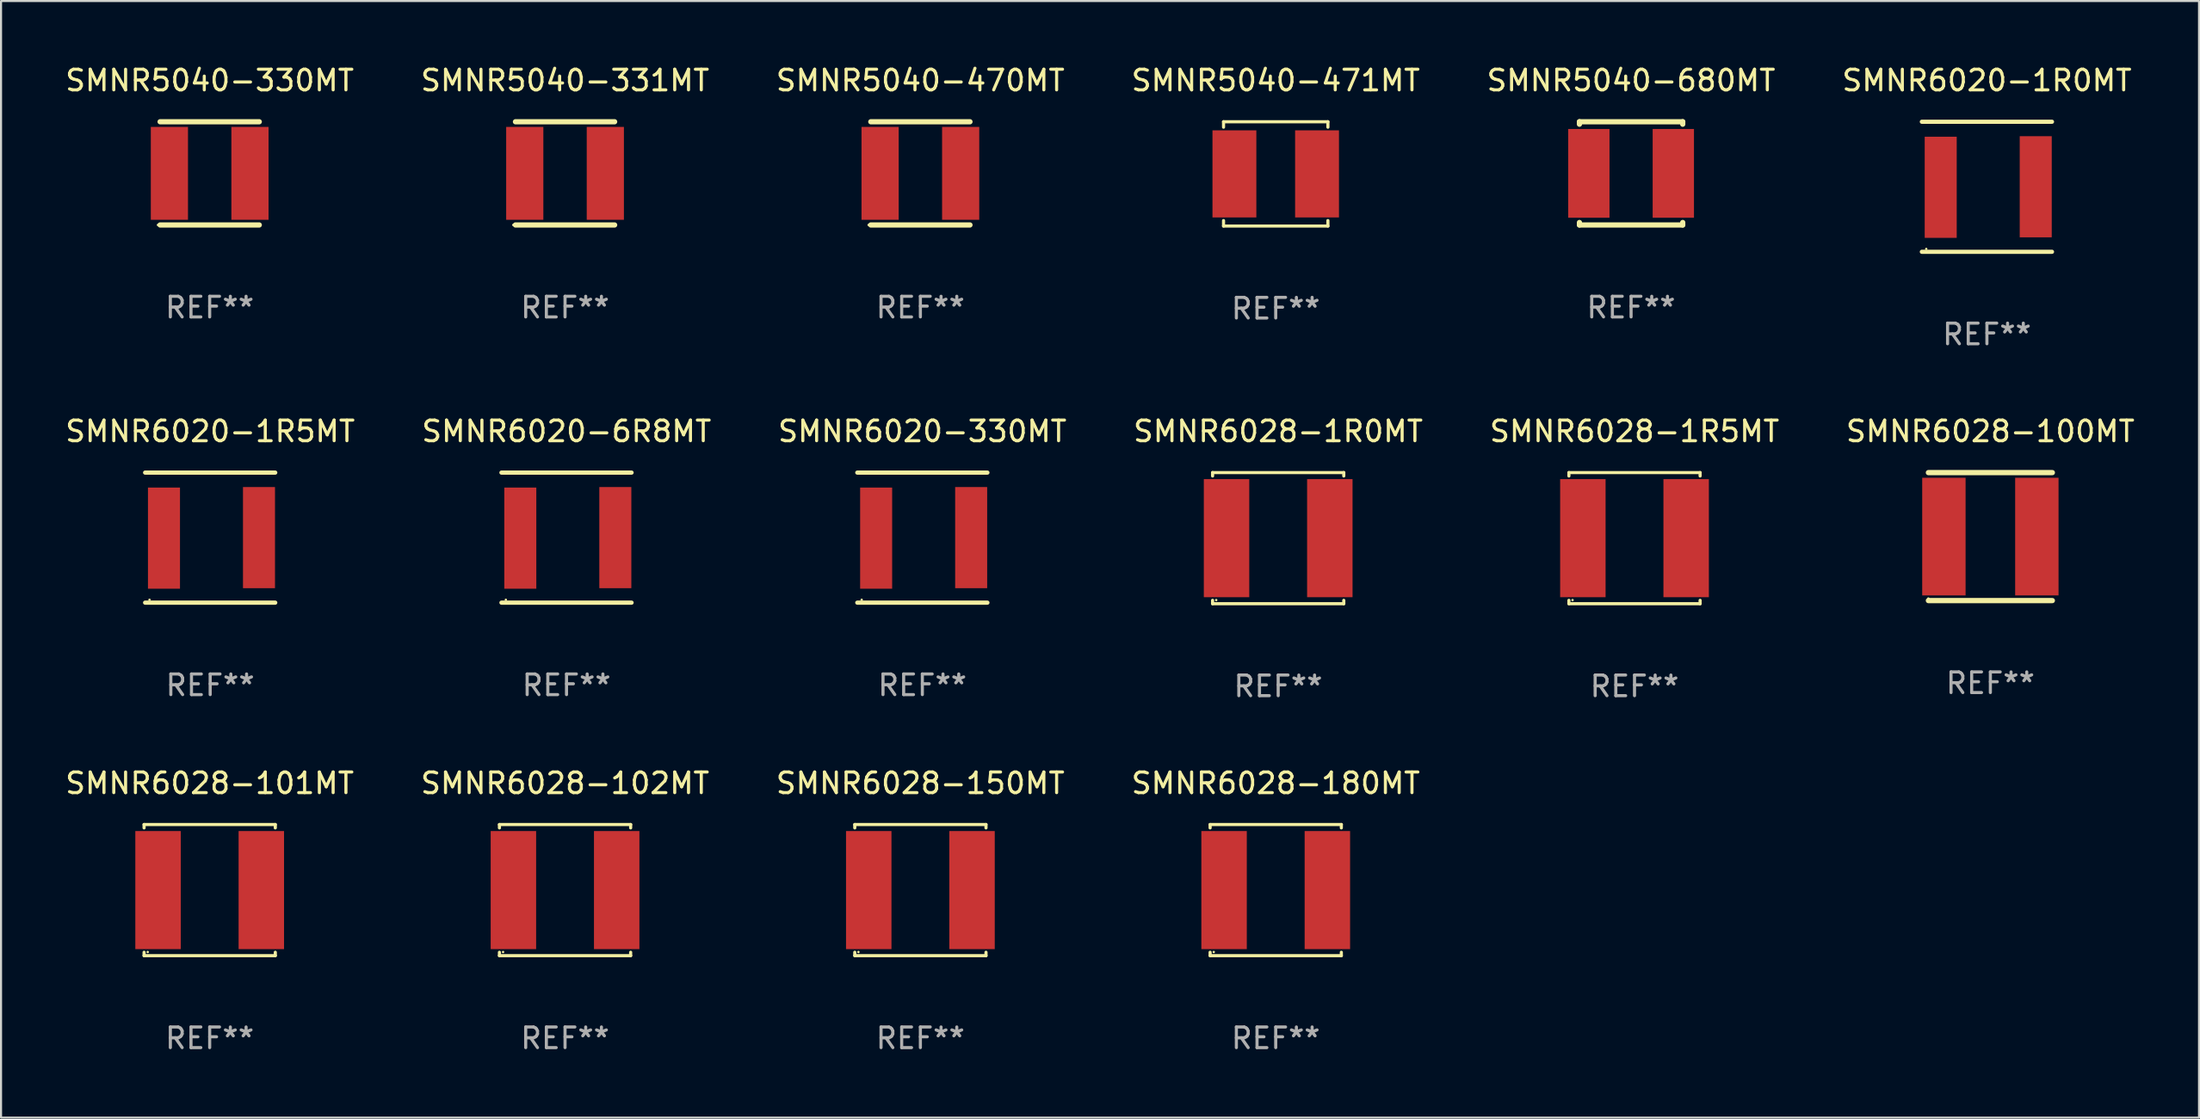
<source format=kicad_pcb>
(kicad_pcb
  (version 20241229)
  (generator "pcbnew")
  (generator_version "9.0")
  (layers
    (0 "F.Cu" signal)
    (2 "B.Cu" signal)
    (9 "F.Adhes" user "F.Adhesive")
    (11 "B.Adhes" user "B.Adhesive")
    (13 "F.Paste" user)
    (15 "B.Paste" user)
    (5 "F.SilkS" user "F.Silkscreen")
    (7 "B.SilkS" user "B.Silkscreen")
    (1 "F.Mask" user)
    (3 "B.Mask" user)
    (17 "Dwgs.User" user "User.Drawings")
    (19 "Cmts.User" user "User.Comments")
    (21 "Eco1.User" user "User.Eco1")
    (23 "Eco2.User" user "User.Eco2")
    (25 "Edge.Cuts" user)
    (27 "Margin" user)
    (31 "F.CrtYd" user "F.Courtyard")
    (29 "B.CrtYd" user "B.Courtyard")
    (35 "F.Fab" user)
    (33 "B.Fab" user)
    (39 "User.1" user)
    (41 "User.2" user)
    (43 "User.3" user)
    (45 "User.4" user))
  (footprint "SMNR5040-331MT"
    (layer "F.Cu")
    (at 24.304 5.348)
    (property "Reference" "SMNR5040-331MT" (at 0 -4.5 0) (layer "F.SilkS") (effects (font (size 1 1) (thickness 0.15))))
    (attr through_hole)
    (fp_line (start -2.4 -2.5) (end 2.4 -2.5) (stroke (width 0.254) (type solid)) (layer "F.SilkS"))
    (fp_line (start -2.4 2.5) (end 2.4 2.5) (stroke (width 0.254) (type solid)) (layer "F.SilkS"))
    (fp_circle (center -2.505 2.5) (end -2.475 2.5) (stroke (width 0.06) (type solid)) (fill no) (layer "F.SilkS"))
    (fp_text user "REF**" (at 0 6.5 0) (layer "F.Fab") (effects (font (size 1 1) (thickness 0.15))))
    (pad "1" smd rect (at -1.95 0) (size 1.8 4.5) (layers "F.Cu" "F.Mask" "F.Paste"))
    (pad "2" smd rect (at 1.95 0) (size 1.8 4.5) (layers "F.Cu" "F.Mask" "F.Paste")))
  (footprint "SMNR6028-1R5MT"
    (layer "F.Cu")
    (at 76.077 23.021)
    (property "Reference" "SMNR6028-1R5MT" (at 0 -5.176 0) (layer "F.SilkS") (effects (font (size 1 1) (thickness 0.15))))
    (attr through_hole)
    (fp_line (start -3.176 -3.176) (end 3.176 -3.176) (stroke (width 0.152) (type solid)) (layer "F.SilkS"))
    (fp_line (start -3.176 -3.012) (end -3.176 -3.176) (stroke (width 0.152) (type solid)) (layer "F.SilkS"))
    (fp_line (start -3.176 3.012) (end -3.176 3.176) (stroke (width 0.152) (type solid)) (layer "F.SilkS"))
    (fp_line (start -3.176 3.176) (end 3.176 3.176) (stroke (width 0.152) (type solid)) (layer "F.SilkS"))
    (fp_line (start 3.176 -3.176) (end 3.176 -3.012) (stroke (width 0.152) (type solid)) (layer "F.SilkS"))
    (fp_line (start 3.176 3.176) (end 3.176 3.012) (stroke (width 0.152) (type solid)) (layer "F.SilkS"))
    (fp_circle (center -3 3) (end -2.97 3) (stroke (width 0.06) (type solid)) (fill no) (layer "F.SilkS"))
    (fp_text user "REF**" (at 0 7.176 0) (layer "F.Fab") (effects (font (size 1 1) (thickness 0.15))))
    (pad "1" smd rect (at -2.5 0) (size 2.2 5.72) (layers "F.Cu" "F.Mask" "F.Paste"))
    (pad "2" smd rect (at 2.5 0) (size 2.2 5.72) (layers "F.Cu" "F.Mask" "F.Paste")))
  (footprint "SMNR6028-100MT"
    (layer "F.Cu")
    (at 93.304 22.945)
    (property "Reference" "SMNR6028-100MT" (at 0 -5.1 0) (layer "F.SilkS") (effects (font (size 1 1) (thickness 0.15))))
    (attr through_hole)
    (fp_line (start -3 -3.1) (end 3 -3.1) (stroke (width 0.254) (type solid)) (layer "F.SilkS"))
    (fp_line (start -3 3.1) (end 3 3.1) (stroke (width 0.254) (type solid)) (layer "F.SilkS"))
    (fp_circle (center -3 3) (end -2.97 3) (stroke (width 0.06) (type solid)) (fill no) (layer "F.SilkS"))
    (fp_text user "REF**" (at 0 7.1 0) (layer "F.Fab") (effects (font (size 1 1) (thickness 0.15))))
    (pad "1" smd rect (at -2.25 0) (size 2.1 5.7) (layers "F.Cu" "F.Mask" "F.Paste"))
    (pad "2" smd rect (at 2.25 0) (size 2.1 5.7) (layers "F.Cu" "F.Mask" "F.Paste")))
  (footprint "SMNR6028-102MT"
    (layer "F.Cu")
    (at 24.304 40.07)
    (property "Reference" "SMNR6028-102MT" (at 0 -5.176 0) (layer "F.SilkS") (effects (font (size 1 1) (thickness 0.15))))
    (attr through_hole)
    (fp_line (start -3.176 -3.176) (end 3.176 -3.176) (stroke (width 0.152) (type solid)) (layer "F.SilkS"))
    (fp_line (start -3.176 -3.012) (end -3.176 -3.176) (stroke (width 0.152) (type solid)) (layer "F.SilkS"))
    (fp_line (start -3.176 3.012) (end -3.176 3.176) (stroke (width 0.152) (type solid)) (layer "F.SilkS"))
    (fp_line (start -3.176 3.176) (end 3.176 3.176) (stroke (width 0.152) (type solid)) (layer "F.SilkS"))
    (fp_line (start 3.176 -3.176) (end 3.176 -3.012) (stroke (width 0.152) (type solid)) (layer "F.SilkS"))
    (fp_line (start 3.176 3.176) (end 3.176 3.012) (stroke (width 0.152) (type solid)) (layer "F.SilkS"))
    (fp_circle (center -3 3) (end -2.97 3) (stroke (width 0.06) (type solid)) (fill no) (layer "F.SilkS"))
    (fp_text user "REF**" (at 0 7.176 0) (layer "F.Fab") (effects (font (size 1 1) (thickness 0.15))))
    (pad "1" smd rect (at -2.5 0) (size 2.2 5.72) (layers "F.Cu" "F.Mask" "F.Paste"))
    (pad "2" smd rect (at 2.5 0) (size 2.2 5.72) (layers "F.Cu" "F.Mask" "F.Paste")))
  (footprint "SMNR6028-150MT"
    (layer "F.Cu")
    (at 41.506 40.07)
    (property "Reference" "SMNR6028-150MT" (at 0 -5.176 0) (layer "F.SilkS") (effects (font (size 1 1) (thickness 0.15))))
    (attr through_hole)
    (fp_line (start -3.176 -3.176) (end 3.176 -3.176) (stroke (width 0.152) (type solid)) (layer "F.SilkS"))
    (fp_line (start -3.176 -3.012) (end -3.176 -3.176) (stroke (width 0.152) (type solid)) (layer "F.SilkS"))
    (fp_line (start -3.176 3.012) (end -3.176 3.176) (stroke (width 0.152) (type solid)) (layer "F.SilkS"))
    (fp_line (start -3.176 3.176) (end 3.176 3.176) (stroke (width 0.152) (type solid)) (layer "F.SilkS"))
    (fp_line (start 3.176 -3.176) (end 3.176 -3.012) (stroke (width 0.152) (type solid)) (layer "F.SilkS"))
    (fp_line (start 3.176 3.176) (end 3.176 3.012) (stroke (width 0.152) (type solid)) (layer "F.SilkS"))
    (fp_circle (center -3 3) (end -2.97 3) (stroke (width 0.06) (type solid)) (fill no) (layer "F.SilkS"))
    (fp_text user "REF**" (at 0 7.176 0) (layer "F.Fab") (effects (font (size 1 1) (thickness 0.15))))
    (pad "1" smd rect (at -2.5 0) (size 2.2 5.72) (layers "F.Cu" "F.Mask" "F.Paste"))
    (pad "2" smd rect (at 2.5 0) (size 2.2 5.72) (layers "F.Cu" "F.Mask" "F.Paste")))
  (footprint "SMNR5040-471MT"
    (layer "F.Cu")
    (at 58.708 5.374)
    (property "Reference" "SMNR5040-471MT" (at 0 -4.526 0) (layer "F.SilkS") (effects (font (size 1 1) (thickness 0.15))))
    (attr through_hole)
    (fp_line (start -2.526 -2.526) (end 2.526 -2.526) (stroke (width 0.152) (type solid)) (layer "F.SilkS"))
    (fp_line (start -2.526 -2.262) (end -2.526 -2.526) (stroke (width 0.152) (type solid)) (layer "F.SilkS"))
    (fp_line (start -2.526 2.262) (end -2.526 2.526) (stroke (width 0.152) (type solid)) (layer "F.SilkS"))
    (fp_line (start -2.526 2.526) (end 2.526 2.526) (stroke (width 0.152) (type solid)) (layer "F.SilkS"))
    (fp_line (start 2.526 -2.526) (end 2.526 -2.262) (stroke (width 0.152) (type solid)) (layer "F.SilkS"))
    (fp_line (start 2.526 2.526) (end 2.526 2.262) (stroke (width 0.152) (type solid)) (layer "F.SilkS"))
    (fp_circle (center 2.5 -2.5) (end 2.53 -2.5) (stroke (width 0.06) (type solid)) (fill no) (layer "F.SilkS"))
    (fp_text user "REF**" (at 0 6.526 0) (layer "F.Fab") (effects (font (size 1 1) (thickness 0.15))))
    (pad "1" smd rect (at 2 0) (size 2.124 4.22) (layers "F.Cu" "F.Mask" "F.Paste"))
    (pad "2" smd rect (at -2 0) (size 2.124 4.22) (layers "F.Cu" "F.Mask" "F.Paste")))
  (footprint "SMNR6028-180MT"
    (layer "F.Cu")
    (at 58.708 40.07)
    (property "Reference" "SMNR6028-180MT" (at 0 -5.176 0) (layer "F.SilkS") (effects (font (size 1 1) (thickness 0.15))))
    (attr through_hole)
    (fp_line (start -3.176 -3.176) (end 3.176 -3.176) (stroke (width 0.152) (type solid)) (layer "F.SilkS"))
    (fp_line (start -3.176 -3.012) (end -3.176 -3.176) (stroke (width 0.152) (type solid)) (layer "F.SilkS"))
    (fp_line (start -3.176 3.012) (end -3.176 3.176) (stroke (width 0.152) (type solid)) (layer "F.SilkS"))
    (fp_line (start -3.176 3.176) (end 3.176 3.176) (stroke (width 0.152) (type solid)) (layer "F.SilkS"))
    (fp_line (start 3.176 -3.176) (end 3.176 -3.012) (stroke (width 0.152) (type solid)) (layer "F.SilkS"))
    (fp_line (start 3.176 3.176) (end 3.176 3.012) (stroke (width 0.152) (type solid)) (layer "F.SilkS"))
    (fp_circle (center -3 3) (end -2.97 3) (stroke (width 0.06) (type solid)) (fill no) (layer "F.SilkS"))
    (fp_text user "REF**" (at 0 7.176 0) (layer "F.Fab") (effects (font (size 1 1) (thickness 0.15))))
    (pad "1" smd rect (at -2.5 0) (size 2.2 5.72) (layers "F.Cu" "F.Mask" "F.Paste"))
    (pad "2" smd rect (at 2.5 0) (size 2.2 5.72) (layers "F.Cu" "F.Mask" "F.Paste")))
  (footprint "SMNR6028-1R0MT"
    (layer "F.Cu")
    (at 58.827 23.021)
    (property "Reference" "SMNR6028-1R0MT" (at 0 -5.176 0) (layer "F.SilkS") (effects (font (size 1 1) (thickness 0.15))))
    (attr through_hole)
    (fp_line (start -3.176 -3.176) (end 3.176 -3.176) (stroke (width 0.152) (type solid)) (layer "F.SilkS"))
    (fp_line (start -3.176 -3.012) (end -3.176 -3.176) (stroke (width 0.152) (type solid)) (layer "F.SilkS"))
    (fp_line (start -3.176 3.012) (end -3.176 3.176) (stroke (width 0.152) (type solid)) (layer "F.SilkS"))
    (fp_line (start -3.176 3.176) (end 3.176 3.176) (stroke (width 0.152) (type solid)) (layer "F.SilkS"))
    (fp_line (start 3.176 -3.176) (end 3.176 -3.012) (stroke (width 0.152) (type solid)) (layer "F.SilkS"))
    (fp_line (start 3.176 3.176) (end 3.176 3.012) (stroke (width 0.152) (type solid)) (layer "F.SilkS"))
    (fp_circle (center -3 3) (end -2.97 3) (stroke (width 0.06) (type solid)) (fill no) (layer "F.SilkS"))
    (fp_text user "REF**" (at 0 7.176 0) (layer "F.Fab") (effects (font (size 1 1) (thickness 0.15))))
    (pad "1" smd rect (at -2.5 0) (size 2.2 5.72) (layers "F.Cu" "F.Mask" "F.Paste"))
    (pad "2" smd rect (at 2.5 0) (size 2.2 5.72) (layers "F.Cu" "F.Mask" "F.Paste")))
  (footprint "SMNR6020-6R8MT"
    (layer "F.Cu")
    (at 24.375 22.995)
    (property "Reference" "SMNR6020-6R8MT" (at 0 -5.15 0) (layer "F.SilkS") (effects (font (size 1 1) (thickness 0.15))))
    (attr through_hole)
    (fp_line (start -3.15 -3.15) (end 3.15 -3.15) (stroke (width 0.203) (type solid)) (layer "F.SilkS"))
    (fp_line (start -3.15 3.15) (end 3.15 3.15) (stroke (width 0.203) (type solid)) (layer "F.SilkS"))
    (fp_circle (center -2.937 3.012) (end -2.907 3.012) (stroke (width 0.06) (type solid)) (fill no) (layer "F.SilkS"))
    (fp_text user "REF**" (at 0 7.15 0) (layer "F.Fab") (effects (font (size 1 1) (thickness 0.15))))
    (pad "1" smd rect (at -2.237 0.025 90) (size 4.9 1.55) (layers "F.Cu" "F.Mask" "F.Paste"))
    (pad "2" smd rect (at 2.363 -0.000406 90) (size 4.9 1.55) (layers "F.Cu" "F.Mask" "F.Paste")))
  (footprint "SMNR6020-330MT"
    (layer "F.Cu")
    (at 41.601 22.995)
    (property "Reference" "SMNR6020-330MT" (at 0 -5.15 0) (layer "F.SilkS") (effects (font (size 1 1) (thickness 0.15))))
    (attr through_hole)
    (fp_line (start -3.15 -3.15) (end 3.15 -3.15) (stroke (width 0.203) (type solid)) (layer "F.SilkS"))
    (fp_line (start -3.15 3.15) (end 3.15 3.15) (stroke (width 0.203) (type solid)) (layer "F.SilkS"))
    (fp_circle (center -2.937 3.012) (end -2.907 3.012) (stroke (width 0.06) (type solid)) (fill no) (layer "F.SilkS"))
    (fp_text user "REF**" (at 0 7.15 0) (layer "F.Fab") (effects (font (size 1 1) (thickness 0.15))))
    (pad "1" smd rect (at -2.237 0.025 90) (size 4.9 1.55) (layers "F.Cu" "F.Mask" "F.Paste"))
    (pad "2" smd rect (at 2.363 -0.000406 90) (size 4.9 1.55) (layers "F.Cu" "F.Mask" "F.Paste")))
  (footprint "SMNR5040-680MT"
    (layer "F.Cu")
    (at 75.911 5.348)
    (property "Reference" "SMNR5040-680MT" (at 0 -4.5 0) (layer "F.SilkS") (effects (font (size 1 1) (thickness 0.15))))
    (attr through_hole)
    (fp_line (start -2.5 -2.5) (end -2.5 -2.381) (stroke (width 0.254) (type solid)) (layer "F.SilkS"))
    (fp_line (start -2.5 -2.5) (end 2.5 -2.5) (stroke (width 0.254) (type solid)) (layer "F.SilkS"))
    (fp_line (start -2.5 2.381) (end -2.5 2.5) (stroke (width 0.254) (type solid)) (layer "F.SilkS"))
    (fp_line (start -2.5 2.5) (end 2.5 2.5) (stroke (width 0.254) (type solid)) (layer "F.SilkS"))
    (fp_line (start 2.5 -2.5) (end 2.5 -2.381) (stroke (width 0.254) (type solid)) (layer "F.SilkS"))
    (fp_line (start 2.5 2.381) (end 2.5 2.5) (stroke (width 0.254) (type solid)) (layer "F.SilkS"))
    (fp_circle (center -2.5 2.5) (end -2.47 2.5) (stroke (width 0.06) (type solid)) (fill no) (layer "F.SilkS"))
    (fp_text user "REF**" (at 0 6.5 0) (layer "F.Fab") (effects (font (size 1 1) (thickness 0.15))))
    (pad "1" smd rect (at -2.045 0) (size 2 4.3) (layers "F.Cu" "F.Mask" "F.Paste"))
    (pad "2" smd rect (at 2.045 0) (size 2 4.3) (layers "F.Cu" "F.Mask" "F.Paste")))
  (footprint "SMNR5040-330MT"
    (layer "F.Cu")
    (at 7.101 5.348)
    (property "Reference" "SMNR5040-330MT" (at 0 -4.5 0) (layer "F.SilkS") (effects (font (size 1 1) (thickness 0.15))))
    (attr through_hole)
    (fp_line (start -2.4 -2.5) (end 2.4 -2.5) (stroke (width 0.254) (type solid)) (layer "F.SilkS"))
    (fp_line (start -2.4 2.5) (end 2.4 2.5) (stroke (width 0.254) (type solid)) (layer "F.SilkS"))
    (fp_circle (center -2.505 2.5) (end -2.475 2.5) (stroke (width 0.06) (type solid)) (fill no) (layer "F.SilkS"))
    (fp_text user "REF**" (at 0 6.5 0) (layer "F.Fab") (effects (font (size 1 1) (thickness 0.15))))
    (pad "1" smd rect (at -1.95 0) (size 1.8 4.5) (layers "F.Cu" "F.Mask" "F.Paste"))
    (pad "2" smd rect (at 1.95 0) (size 1.8 4.5) (layers "F.Cu" "F.Mask" "F.Paste")))
  (footprint "SMNR6020-1R5MT"
    (layer "F.Cu")
    (at 7.125 22.995)
    (property "Reference" "SMNR6020-1R5MT" (at 0 -5.15 0) (layer "F.SilkS") (effects (font (size 1 1) (thickness 0.15))))
    (attr through_hole)
    (fp_line (start -3.15 -3.15) (end 3.15 -3.15) (stroke (width 0.203) (type solid)) (layer "F.SilkS"))
    (fp_line (start -3.15 3.15) (end 3.15 3.15) (stroke (width 0.203) (type solid)) (layer "F.SilkS"))
    (fp_circle (center -2.937 3.012) (end -2.907 3.012) (stroke (width 0.06) (type solid)) (fill no) (layer "F.SilkS"))
    (fp_text user "REF**" (at 0 7.15 0) (layer "F.Fab") (effects (font (size 1 1) (thickness 0.15))))
    (pad "1" smd rect (at -2.237 0.025 90) (size 4.9 1.55) (layers "F.Cu" "F.Mask" "F.Paste"))
    (pad "2" smd rect (at 2.363 -0.000406 90) (size 4.9 1.55) (layers "F.Cu" "F.Mask" "F.Paste")))
  (footprint "SMNR5040-470MT"
    (layer "F.Cu")
    (at 41.506 5.348)
    (property "Reference" "SMNR5040-470MT" (at 0 -4.5 0) (layer "F.SilkS") (effects (font (size 1 1) (thickness 0.15))))
    (attr through_hole)
    (fp_line (start -2.4 -2.5) (end 2.4 -2.5) (stroke (width 0.254) (type solid)) (layer "F.SilkS"))
    (fp_line (start -2.4 2.5) (end 2.4 2.5) (stroke (width 0.254) (type solid)) (layer "F.SilkS"))
    (fp_circle (center -2.505 2.5) (end -2.475 2.5) (stroke (width 0.06) (type solid)) (fill no) (layer "F.SilkS"))
    (fp_text user "REF**" (at 0 6.5 0) (layer "F.Fab") (effects (font (size 1 1) (thickness 0.15))))
    (pad "1" smd rect (at -1.95 0) (size 1.8 4.5) (layers "F.Cu" "F.Mask" "F.Paste"))
    (pad "2" smd rect (at 1.95 0) (size 1.8 4.5) (layers "F.Cu" "F.Mask" "F.Paste")))
  (footprint "SMNR6028-101MT"
    (layer "F.Cu")
    (at 7.101 40.07)
    (property "Reference" "SMNR6028-101MT" (at 0 -5.176 0) (layer "F.SilkS") (effects (font (size 1 1) (thickness 0.15))))
    (attr through_hole)
    (fp_line (start -3.176 -3.176) (end 3.176 -3.176) (stroke (width 0.152) (type solid)) (layer "F.SilkS"))
    (fp_line (start -3.176 -3.012) (end -3.176 -3.176) (stroke (width 0.152) (type solid)) (layer "F.SilkS"))
    (fp_line (start -3.176 3.012) (end -3.176 3.176) (stroke (width 0.152) (type solid)) (layer "F.SilkS"))
    (fp_line (start -3.176 3.176) (end 3.176 3.176) (stroke (width 0.152) (type solid)) (layer "F.SilkS"))
    (fp_line (start 3.176 -3.176) (end 3.176 -3.012) (stroke (width 0.152) (type solid)) (layer "F.SilkS"))
    (fp_line (start 3.176 3.176) (end 3.176 3.012) (stroke (width 0.152) (type solid)) (layer "F.SilkS"))
    (fp_circle (center -3 3) (end -2.97 3) (stroke (width 0.06) (type solid)) (fill no) (layer "F.SilkS"))
    (fp_text user "REF**" (at 0 7.176 0) (layer "F.Fab") (effects (font (size 1 1) (thickness 0.15))))
    (pad "1" smd rect (at -2.5 0) (size 2.2 5.72) (layers "F.Cu" "F.Mask" "F.Paste"))
    (pad "2" smd rect (at 2.5 0) (size 2.2 5.72) (layers "F.Cu" "F.Mask" "F.Paste")))
  (footprint "SMNR6020-1R0MT"
    (layer "F.Cu")
    (at 93.137 5.998)
    (property "Reference" "SMNR6020-1R0MT" (at 0 -5.15 0) (layer "F.SilkS") (effects (font (size 1 1) (thickness 0.15))))
    (attr through_hole)
    (fp_line (start -3.15 -3.15) (end 3.15 -3.15) (stroke (width 0.203) (type solid)) (layer "F.SilkS"))
    (fp_line (start -3.15 3.15) (end 3.15 3.15) (stroke (width 0.203) (type solid)) (layer "F.SilkS"))
    (fp_circle (center -2.937 3.012) (end -2.907 3.012) (stroke (width 0.06) (type solid)) (fill no) (layer "F.SilkS"))
    (fp_text user "REF**" (at 0 7.15 0) (layer "F.Fab") (effects (font (size 1 1) (thickness 0.15))))
    (pad "1" smd rect (at -2.237 0.025 90) (size 4.9 1.55) (layers "F.Cu" "F.Mask" "F.Paste"))
    (pad "2" smd rect (at 2.363 -0.000406 90) (size 4.9 1.55) (layers "F.Cu" "F.Mask" "F.Paste")))
  (gr_rect
    (start -3 -3)
    (end 103.405 51.094)
    (stroke (width 0.1) (type default))
    (fill no)
    (layer "Edge.Cuts")))
</source>
